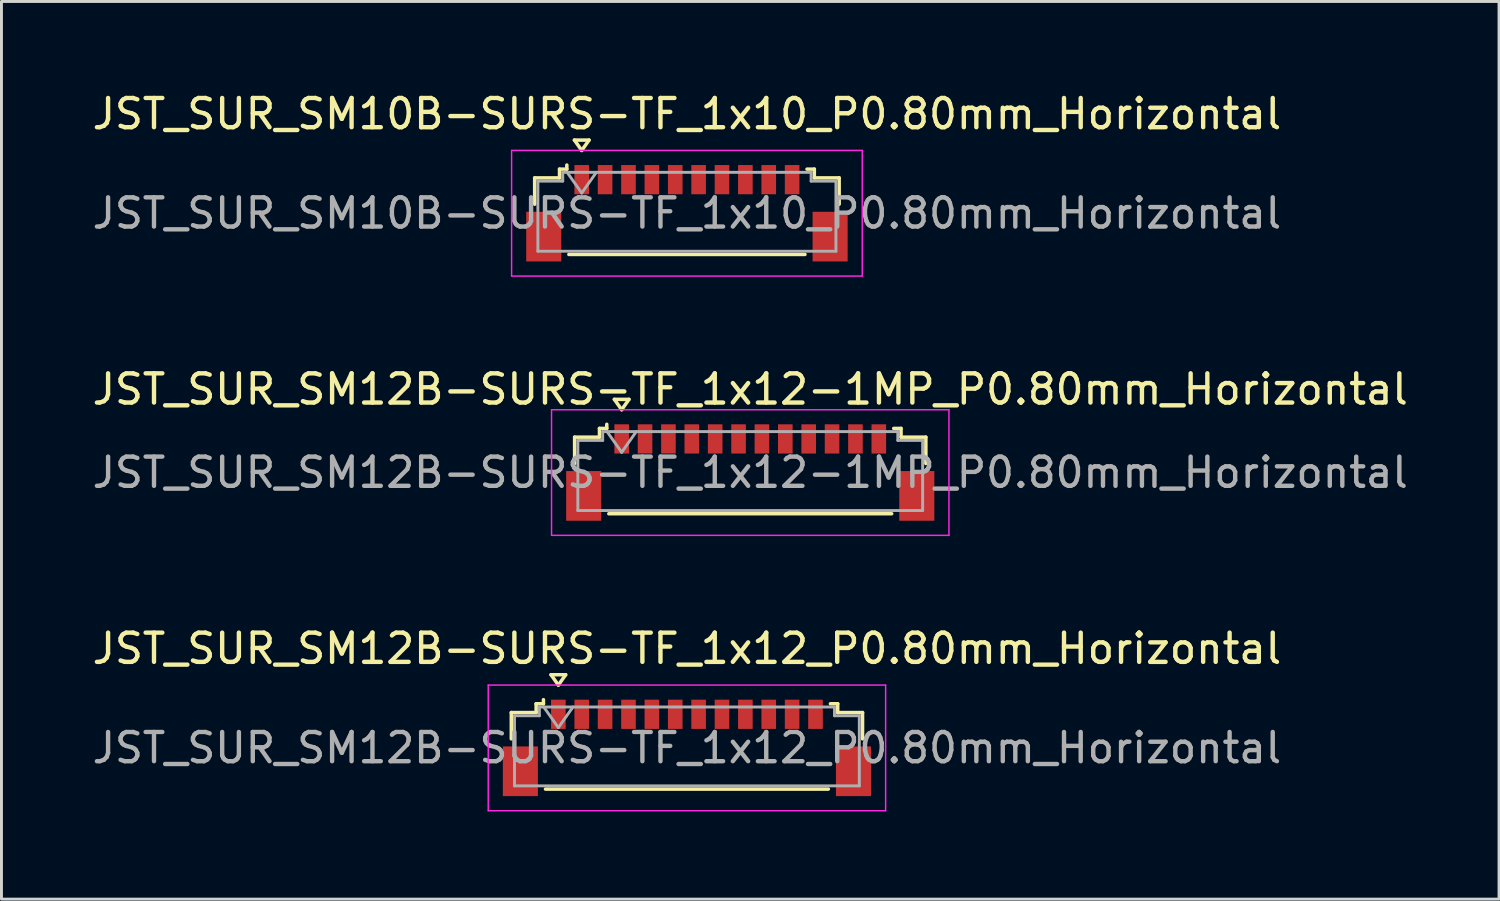
<source format=kicad_pcb>
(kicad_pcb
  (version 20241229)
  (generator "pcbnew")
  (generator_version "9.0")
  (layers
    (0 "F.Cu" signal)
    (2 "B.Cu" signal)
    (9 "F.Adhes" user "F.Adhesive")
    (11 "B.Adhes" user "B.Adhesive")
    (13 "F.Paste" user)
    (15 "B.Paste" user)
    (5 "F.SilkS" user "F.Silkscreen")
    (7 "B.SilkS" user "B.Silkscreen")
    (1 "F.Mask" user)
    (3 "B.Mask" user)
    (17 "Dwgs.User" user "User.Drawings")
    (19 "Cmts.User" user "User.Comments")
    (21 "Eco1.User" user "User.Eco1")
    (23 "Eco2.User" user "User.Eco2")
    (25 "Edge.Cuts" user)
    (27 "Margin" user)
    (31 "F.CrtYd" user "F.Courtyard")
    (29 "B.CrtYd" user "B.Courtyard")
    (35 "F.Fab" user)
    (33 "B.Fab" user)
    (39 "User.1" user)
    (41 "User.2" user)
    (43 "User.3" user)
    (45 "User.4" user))
  (footprint "JST_SUR_SM12B-SURS-TF_1x12_P0.80mm_Horizontal"
    (layer "F.Cu")
    (at 20.458 22.545)
    (property "Reference" "JST_SUR_SM12B-SURS-TF_1x12_P0.80mm_Horizontal" (at 0 -3.4 0) (layer "F.SilkS") (effects (font (size 1 1) (thickness 0.15))))
    (attr smd)
    (fp_line (start -6.01 -1.21) (end -5.16 -1.21) (stroke (width 0.12) (type solid)) (layer "F.SilkS"))
    (fp_line (start -6.01 -0.31) (end -6.01 -1.21) (stroke (width 0.12) (type solid)) (layer "F.SilkS"))
    (fp_line (start -5.16 -1.51) (end -4.91 -1.51) (stroke (width 0.12) (type solid)) (layer "F.SilkS"))
    (fp_line (start -5.16 -1.21) (end -5.16 -1.51) (stroke (width 0.12) (type solid)) (layer "F.SilkS"))
    (fp_line (start -4.91 -1.51) (end -4.91 -1.65) (stroke (width 0.12) (type solid)) (layer "F.SilkS"))
    (fp_line (start -4.84 1.41) (end 4.84 1.41) (stroke (width 0.12) (type solid)) (layer "F.SilkS"))
    (fp_line (start -4.65 -2.504) (end -4.4 -2.15) (stroke (width 0.12) (type solid)) (layer "F.SilkS"))
    (fp_line (start -4.4 -2.15) (end -4.15 -2.504) (stroke (width 0.12) (type solid)) (layer "F.SilkS"))
    (fp_line (start -4.15 -2.504) (end -4.65 -2.504) (stroke (width 0.12) (type solid)) (layer "F.SilkS"))
    (fp_line (start 5.16 -1.51) (end 4.91 -1.51) (stroke (width 0.12) (type solid)) (layer "F.SilkS"))
    (fp_line (start 5.16 -1.21) (end 5.16 -1.51) (stroke (width 0.12) (type solid)) (layer "F.SilkS"))
    (fp_line (start 6.01 -1.21) (end 5.16 -1.21) (stroke (width 0.12) (type solid)) (layer "F.SilkS"))
    (fp_line (start 6.01 -0.31) (end 6.01 -1.21) (stroke (width 0.12) (type solid)) (layer "F.SilkS"))
    (fp_line (start -6.8 -2.15) (end -6.8 2.15) (stroke (width 0.05) (type solid)) (layer "F.CrtYd"))
    (fp_line (start -6.8 2.15) (end 6.8 2.15) (stroke (width 0.05) (type solid)) (layer "F.CrtYd"))
    (fp_line (start 6.8 -2.15) (end -6.8 -2.15) (stroke (width 0.05) (type solid)) (layer "F.CrtYd"))
    (fp_line (start 6.8 2.15) (end 6.8 -2.15) (stroke (width 0.05) (type solid)) (layer "F.CrtYd"))
    (fp_line (start -5.9 -1.1) (end -5.9 1.3) (stroke (width 0.1) (type solid)) (layer "F.Fab"))
    (fp_line (start -5.9 -1.1) (end -5.05 -1.1) (stroke (width 0.1) (type solid)) (layer "F.Fab"))
    (fp_line (start -5.9 1.3) (end 5.9 1.3) (stroke (width 0.1) (type solid)) (layer "F.Fab"))
    (fp_line (start -5.05 -1.4) (end 5.05 -1.4) (stroke (width 0.1) (type solid)) (layer "F.Fab"))
    (fp_line (start -5.05 -1.1) (end -5.05 -1.4) (stroke (width 0.1) (type solid)) (layer "F.Fab"))
    (fp_line (start -4.9 -1.4) (end -4.4 -0.693) (stroke (width 0.1) (type solid)) (layer "F.Fab"))
    (fp_line (start -4.4 -0.693) (end -3.9 -1.4) (stroke (width 0.1) (type solid)) (layer "F.Fab"))
    (fp_line (start 5.05 -1.4) (end 5.05 -1.1) (stroke (width 0.1) (type solid)) (layer "F.Fab"))
    (fp_line (start 5.05 -1.1) (end 5.9 -1.1) (stroke (width 0.1) (type solid)) (layer "F.Fab"))
    (fp_line (start 5.9 -1.1) (end 5.9 1.3) (stroke (width 0.1) (type solid)) (layer "F.Fab"))
    (fp_text user "${REFERENCE}" (at 0 0 0) (layer "F.Fab") (effects (font (size 1 1) (thickness 0.15))))
    (pad "" smd rect (at -5.7 0.8) (size 1.2 1.7) (layers "F.Cu" "F.Mask" "F.Paste"))
    (pad "" smd rect (at 5.7 0.8) (size 1.2 1.7) (layers "F.Cu" "F.Mask" "F.Paste"))
    (pad "1" smd rect (at -4.4 -1.15) (size 0.5 1) (layers "F.Cu" "F.Mask" "F.Paste"))
    (pad "2" smd rect (at -3.6 -1.15) (size 0.5 1) (layers "F.Cu" "F.Mask" "F.Paste"))
    (pad "3" smd rect (at -2.8 -1.15) (size 0.5 1) (layers "F.Cu" "F.Mask" "F.Paste"))
    (pad "4" smd rect (at -2 -1.15) (size 0.5 1) (layers "F.Cu" "F.Mask" "F.Paste"))
    (pad "5" smd rect (at -1.2 -1.15) (size 0.5 1) (layers "F.Cu" "F.Mask" "F.Paste"))
    (pad "6" smd rect (at -0.4 -1.15) (size 0.5 1) (layers "F.Cu" "F.Mask" "F.Paste"))
    (pad "7" smd rect (at 0.4 -1.15) (size 0.5 1) (layers "F.Cu" "F.Mask" "F.Paste"))
    (pad "8" smd rect (at 1.2 -1.15) (size 0.5 1) (layers "F.Cu" "F.Mask" "F.Paste"))
    (pad "9" smd rect (at 2 -1.15) (size 0.5 1) (layers "F.Cu" "F.Mask" "F.Paste"))
    (pad "10" smd rect (at 2.8 -1.15) (size 0.5 1) (layers "F.Cu" "F.Mask" "F.Paste"))
    (pad "11" smd rect (at 3.6 -1.15) (size 0.5 1) (layers "F.Cu" "F.Mask" "F.Paste"))
    (pad "12" smd rect (at 4.4 -1.15) (size 0.5 1) (layers "F.Cu" "F.Mask" "F.Paste")))
  (footprint "JST_SUR_SM12B-SURS-TF_1x12-1MP_P0.80mm_Horizontal"
    (layer "F.Cu")
    (at 22.625 13.121)
    (property "Reference" "JST_SUR_SM12B-SURS-TF_1x12-1MP_P0.80mm_Horizontal" (at 0 -2.85 0) (layer "F.SilkS") (effects (font (size 1 1) (thickness 0.15))))
    (attr smd)
    (fp_line (start -6.01 -1.21) (end -5.16 -1.21) (stroke (width 0.12) (type solid)) (layer "F.SilkS"))
    (fp_line (start -6.01 -0.31) (end -6.01 -1.21) (stroke (width 0.12) (type solid)) (layer "F.SilkS"))
    (fp_line (start -5.16 -1.51) (end -4.91 -1.51) (stroke (width 0.12) (type solid)) (layer "F.SilkS"))
    (fp_line (start -5.16 -1.21) (end -5.16 -1.51) (stroke (width 0.12) (type solid)) (layer "F.SilkS"))
    (fp_line (start -4.91 -1.51) (end -4.91 -1.65) (stroke (width 0.12) (type solid)) (layer "F.SilkS"))
    (fp_line (start -4.84 1.41) (end 4.84 1.41) (stroke (width 0.12) (type solid)) (layer "F.SilkS"))
    (fp_line (start -4.65 -2.504) (end -4.4 -2.15) (stroke (width 0.12) (type solid)) (layer "F.SilkS"))
    (fp_line (start -4.4 -2.15) (end -4.15 -2.504) (stroke (width 0.12) (type solid)) (layer "F.SilkS"))
    (fp_line (start -4.15 -2.504) (end -4.65 -2.504) (stroke (width 0.12) (type solid)) (layer "F.SilkS"))
    (fp_line (start 5.16 -1.51) (end 4.91 -1.51) (stroke (width 0.12) (type solid)) (layer "F.SilkS"))
    (fp_line (start 5.16 -1.21) (end 5.16 -1.51) (stroke (width 0.12) (type solid)) (layer "F.SilkS"))
    (fp_line (start 6.01 -1.21) (end 5.16 -1.21) (stroke (width 0.12) (type solid)) (layer "F.SilkS"))
    (fp_line (start 6.01 -0.31) (end 6.01 -1.21) (stroke (width 0.12) (type solid)) (layer "F.SilkS"))
    (fp_line (start -6.8 -2.15) (end -6.8 2.15) (stroke (width 0.05) (type solid)) (layer "F.CrtYd"))
    (fp_line (start -6.8 2.15) (end 6.8 2.15) (stroke (width 0.05) (type solid)) (layer "F.CrtYd"))
    (fp_line (start 6.8 -2.15) (end -6.8 -2.15) (stroke (width 0.05) (type solid)) (layer "F.CrtYd"))
    (fp_line (start 6.8 2.15) (end 6.8 -2.15) (stroke (width 0.05) (type solid)) (layer "F.CrtYd"))
    (fp_line (start -5.9 -1.1) (end -5.9 1.3) (stroke (width 0.1) (type solid)) (layer "F.Fab"))
    (fp_line (start -5.9 -1.1) (end -5.05 -1.1) (stroke (width 0.1) (type solid)) (layer "F.Fab"))
    (fp_line (start -5.9 1.3) (end 5.9 1.3) (stroke (width 0.1) (type solid)) (layer "F.Fab"))
    (fp_line (start -5.05 -1.4) (end 5.05 -1.4) (stroke (width 0.1) (type solid)) (layer "F.Fab"))
    (fp_line (start -5.05 -1.1) (end -5.05 -1.4) (stroke (width 0.1) (type solid)) (layer "F.Fab"))
    (fp_line (start -4.9 -1.4) (end -4.4 -0.693) (stroke (width 0.1) (type solid)) (layer "F.Fab"))
    (fp_line (start -4.4 -0.693) (end -3.9 -1.4) (stroke (width 0.1) (type solid)) (layer "F.Fab"))
    (fp_line (start 5.05 -1.4) (end 5.05 -1.1) (stroke (width 0.1) (type solid)) (layer "F.Fab"))
    (fp_line (start 5.05 -1.1) (end 5.9 -1.1) (stroke (width 0.1) (type solid)) (layer "F.Fab"))
    (fp_line (start 5.9 -1.1) (end 5.9 1.3) (stroke (width 0.1) (type solid)) (layer "F.Fab"))
    (fp_text user "${REFERENCE}" (at 0 0 0) (layer "F.Fab") (effects (font (size 1 1) (thickness 0.15))))
    (pad "1" smd rect (at -4.4 -1.15) (size 0.5 1) (layers "F.Cu" "F.Mask" "F.Paste"))
    (pad "2" smd rect (at -3.6 -1.15) (size 0.5 1) (layers "F.Cu" "F.Mask" "F.Paste"))
    (pad "3" smd rect (at -2.8 -1.15) (size 0.5 1) (layers "F.Cu" "F.Mask" "F.Paste"))
    (pad "4" smd rect (at -2 -1.15) (size 0.5 1) (layers "F.Cu" "F.Mask" "F.Paste"))
    (pad "5" smd rect (at -1.2 -1.15) (size 0.5 1) (layers "F.Cu" "F.Mask" "F.Paste"))
    (pad "6" smd rect (at -0.4 -1.15) (size 0.5 1) (layers "F.Cu" "F.Mask" "F.Paste"))
    (pad "7" smd rect (at 0.4 -1.15) (size 0.5 1) (layers "F.Cu" "F.Mask" "F.Paste"))
    (pad "8" smd rect (at 1.2 -1.15) (size 0.5 1) (layers "F.Cu" "F.Mask" "F.Paste"))
    (pad "9" smd rect (at 2 -1.15) (size 0.5 1) (layers "F.Cu" "F.Mask" "F.Paste"))
    (pad "10" smd rect (at 2.8 -1.15) (size 0.5 1) (layers "F.Cu" "F.Mask" "F.Paste"))
    (pad "11" smd rect (at 3.6 -1.15) (size 0.5 1) (layers "F.Cu" "F.Mask" "F.Paste"))
    (pad "12" smd rect (at 4.4 -1.15) (size 0.5 1) (layers "F.Cu" "F.Mask" "F.Paste"))
    (pad "MP" smd rect (at -5.7 0.8) (size 1.2 1.7) (layers "F.Cu" "F.Mask" "F.Paste"))
    (pad "MP" smd rect (at 5.7 0.8) (size 1.2 1.7) (layers "F.Cu" "F.Mask" "F.Paste")))
  (footprint "JST_SUR_SM10B-SURS-TF_1x10_P0.80mm_Horizontal"
    (layer "F.Cu")
    (at 20.458 4.248)
    (property "Reference" "JST_SUR_SM10B-SURS-TF_1x10_P0.80mm_Horizontal" (at 0 -3.4 0) (layer "F.SilkS") (effects (font (size 1 1) (thickness 0.15))))
    (attr smd)
    (fp_line (start -5.21 -1.21) (end -4.36 -1.21) (stroke (width 0.12) (type solid)) (layer "F.SilkS"))
    (fp_line (start -5.21 -0.31) (end -5.21 -1.21) (stroke (width 0.12) (type solid)) (layer "F.SilkS"))
    (fp_line (start -4.36 -1.51) (end -4.11 -1.51) (stroke (width 0.12) (type solid)) (layer "F.SilkS"))
    (fp_line (start -4.36 -1.21) (end -4.36 -1.51) (stroke (width 0.12) (type solid)) (layer "F.SilkS"))
    (fp_line (start -4.11 -1.51) (end -4.11 -1.65) (stroke (width 0.12) (type solid)) (layer "F.SilkS"))
    (fp_line (start -4.04 1.41) (end 4.04 1.41) (stroke (width 0.12) (type solid)) (layer "F.SilkS"))
    (fp_line (start -3.85 -2.504) (end -3.6 -2.15) (stroke (width 0.12) (type solid)) (layer "F.SilkS"))
    (fp_line (start -3.6 -2.15) (end -3.35 -2.504) (stroke (width 0.12) (type solid)) (layer "F.SilkS"))
    (fp_line (start -3.35 -2.504) (end -3.85 -2.504) (stroke (width 0.12) (type solid)) (layer "F.SilkS"))
    (fp_line (start 4.36 -1.51) (end 4.11 -1.51) (stroke (width 0.12) (type solid)) (layer "F.SilkS"))
    (fp_line (start 4.36 -1.21) (end 4.36 -1.51) (stroke (width 0.12) (type solid)) (layer "F.SilkS"))
    (fp_line (start 5.21 -1.21) (end 4.36 -1.21) (stroke (width 0.12) (type solid)) (layer "F.SilkS"))
    (fp_line (start 5.21 -0.31) (end 5.21 -1.21) (stroke (width 0.12) (type solid)) (layer "F.SilkS"))
    (fp_line (start -6 -2.15) (end -6 2.15) (stroke (width 0.05) (type solid)) (layer "F.CrtYd"))
    (fp_line (start -6 2.15) (end 6 2.15) (stroke (width 0.05) (type solid)) (layer "F.CrtYd"))
    (fp_line (start 6 -2.15) (end -6 -2.15) (stroke (width 0.05) (type solid)) (layer "F.CrtYd"))
    (fp_line (start 6 2.15) (end 6 -2.15) (stroke (width 0.05) (type solid)) (layer "F.CrtYd"))
    (fp_line (start -5.1 -1.1) (end -5.1 1.3) (stroke (width 0.1) (type solid)) (layer "F.Fab"))
    (fp_line (start -5.1 -1.1) (end -4.25 -1.1) (stroke (width 0.1) (type solid)) (layer "F.Fab"))
    (fp_line (start -5.1 1.3) (end 5.1 1.3) (stroke (width 0.1) (type solid)) (layer "F.Fab"))
    (fp_line (start -4.25 -1.4) (end 4.25 -1.4) (stroke (width 0.1) (type solid)) (layer "F.Fab"))
    (fp_line (start -4.25 -1.1) (end -4.25 -1.4) (stroke (width 0.1) (type solid)) (layer "F.Fab"))
    (fp_line (start -4.1 -1.4) (end -3.6 -0.693) (stroke (width 0.1) (type solid)) (layer "F.Fab"))
    (fp_line (start -3.6 -0.693) (end -3.1 -1.4) (stroke (width 0.1) (type solid)) (layer "F.Fab"))
    (fp_line (start 4.25 -1.4) (end 4.25 -1.1) (stroke (width 0.1) (type solid)) (layer "F.Fab"))
    (fp_line (start 4.25 -1.1) (end 5.1 -1.1) (stroke (width 0.1) (type solid)) (layer "F.Fab"))
    (fp_line (start 5.1 -1.1) (end 5.1 1.3) (stroke (width 0.1) (type solid)) (layer "F.Fab"))
    (fp_text user "${REFERENCE}" (at 0 0 0) (layer "F.Fab") (effects (font (size 1 1) (thickness 0.15))))
    (pad "" smd rect (at -4.9 0.8) (size 1.2 1.7) (layers "F.Cu" "F.Mask" "F.Paste"))
    (pad "" smd rect (at 4.9 0.8) (size 1.2 1.7) (layers "F.Cu" "F.Mask" "F.Paste"))
    (pad "1" smd rect (at -3.6 -1.15) (size 0.5 1) (layers "F.Cu" "F.Mask" "F.Paste"))
    (pad "2" smd rect (at -2.8 -1.15) (size 0.5 1) (layers "F.Cu" "F.Mask" "F.Paste"))
    (pad "3" smd rect (at -2 -1.15) (size 0.5 1) (layers "F.Cu" "F.Mask" "F.Paste"))
    (pad "4" smd rect (at -1.2 -1.15) (size 0.5 1) (layers "F.Cu" "F.Mask" "F.Paste"))
    (pad "5" smd rect (at -0.4 -1.15) (size 0.5 1) (layers "F.Cu" "F.Mask" "F.Paste"))
    (pad "6" smd rect (at 0.4 -1.15) (size 0.5 1) (layers "F.Cu" "F.Mask" "F.Paste"))
    (pad "7" smd rect (at 1.2 -1.15) (size 0.5 1) (layers "F.Cu" "F.Mask" "F.Paste"))
    (pad "8" smd rect (at 2 -1.15) (size 0.5 1) (layers "F.Cu" "F.Mask" "F.Paste"))
    (pad "9" smd rect (at 2.8 -1.15) (size 0.5 1) (layers "F.Cu" "F.Mask" "F.Paste"))
    (pad "10" smd rect (at 3.6 -1.15) (size 0.5 1) (layers "F.Cu" "F.Mask" "F.Paste")))
  (gr_rect
    (start -3 -3)
    (end 48.25 27.72)
    (stroke (width 0.1) (type default))
    (fill no)
    (layer "Edge.Cuts")))
</source>
